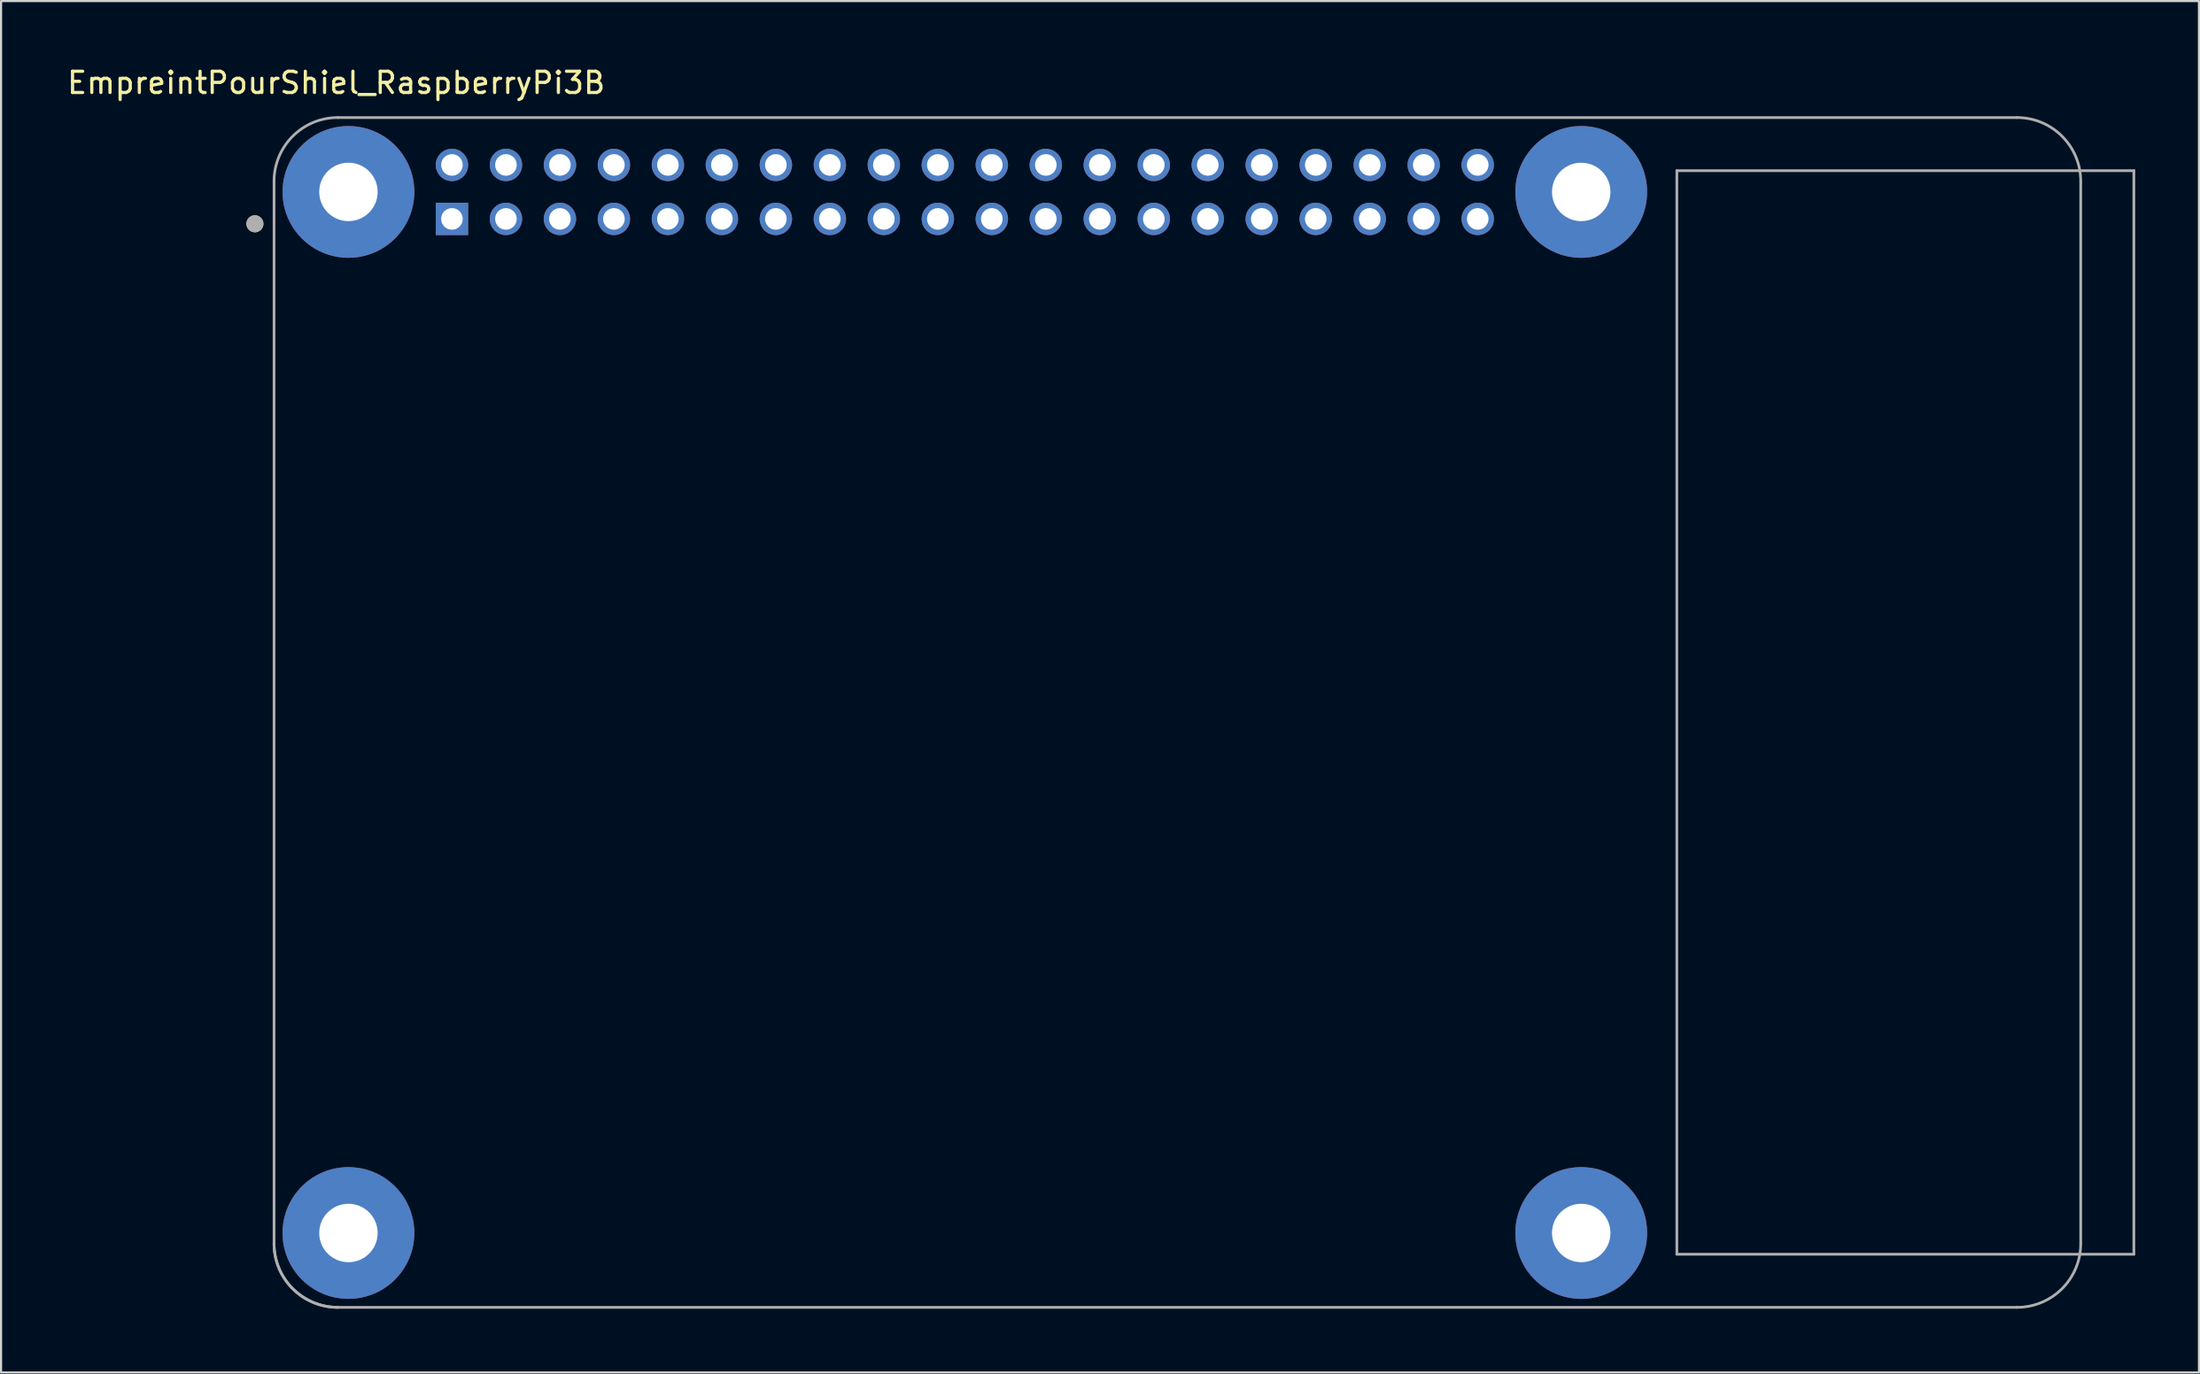
<source format=kicad_pcb>
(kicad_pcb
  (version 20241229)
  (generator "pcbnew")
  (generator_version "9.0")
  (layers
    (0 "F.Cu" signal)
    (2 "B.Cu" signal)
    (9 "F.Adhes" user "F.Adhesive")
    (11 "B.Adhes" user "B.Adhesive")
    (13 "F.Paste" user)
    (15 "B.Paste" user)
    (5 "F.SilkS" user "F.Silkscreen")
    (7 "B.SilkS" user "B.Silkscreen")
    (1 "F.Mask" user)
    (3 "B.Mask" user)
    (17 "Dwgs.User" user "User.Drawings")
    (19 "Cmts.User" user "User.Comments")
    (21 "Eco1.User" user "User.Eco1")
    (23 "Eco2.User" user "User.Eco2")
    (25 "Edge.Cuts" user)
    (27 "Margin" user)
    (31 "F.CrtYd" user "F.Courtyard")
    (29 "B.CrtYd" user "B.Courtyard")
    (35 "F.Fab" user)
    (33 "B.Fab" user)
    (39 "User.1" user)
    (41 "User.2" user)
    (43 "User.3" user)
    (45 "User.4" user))
  (footprint "EmpreintPourShiel_RaspberryPi3B"
    (layer "F.Cu")
    (at 52.343 30.483)
    (property "Reference" "EmpreintPourShiel_RaspberryPi3B" (at -39.575 -29.635 0) (layer "F.SilkS") (effects (font (size 1 1) (thickness 0.15))))
    (attr through_hole)
    (fp_circle (center -43.4 -23) (end -43.2 -23) (stroke (width 0.4) (type solid)) (fill no) (layer "F.SilkS"))
    (fp_line (start -42.5 -25) (end -42.5 25) (stroke (width 0.127) (type solid)) (layer "Margin"))
    (fp_line (start -39.5 28) (end 39.5 28) (stroke (width 0.127) (type solid)) (layer "Margin"))
    (fp_line (start 39.5 -28) (end -39.5 -28) (stroke (width 0.127) (type solid)) (layer "Margin"))
    (fp_line (start 42.5 25) (end 42.5 -25) (stroke (width 0.127) (type solid)) (layer "Margin"))
    (fp_arc (start -42.5 -25) (mid -41.62132 -27.12132) (end -39.5 -28) (stroke (width 0.127) (type solid)) (layer "Margin"))
    (fp_arc (start -39.5 28) (mid -41.621321 27.121321) (end -42.5 25) (stroke (width 0.127) (type solid)) (layer "Margin"))
    (fp_arc (start 39.5 -28) (mid 41.621321 -27.121321) (end 42.5 -25) (stroke (width 0.127) (type solid)) (layer "Margin"))
    (fp_arc (start 42.5 25) (mid 41.621321 27.121321) (end 39.5 28) (stroke (width 0.127) (type solid)) (layer "Margin"))
    (fp_line (start -42.5 -25) (end -42.5 25) (stroke (width 0.127) (type solid)) (layer "F.Fab"))
    (fp_line (start -39.5 28) (end 39.5 28) (stroke (width 0.127) (type solid)) (layer "F.Fab"))
    (fp_line (start 23.5 -25.5) (end 23.5 25.5) (stroke (width 0.127) (type solid)) (layer "F.Fab"))
    (fp_line (start 23.5 25.5) (end 45 25.5) (stroke (width 0.127) (type solid)) (layer "F.Fab"))
    (fp_line (start 39.5 -28) (end -39.5 -28) (stroke (width 0.127) (type solid)) (layer "F.Fab"))
    (fp_line (start 42.5 25) (end 42.5 -25) (stroke (width 0.127) (type solid)) (layer "F.Fab"))
    (fp_line (start 45 -25.5) (end 23.5 -25.5) (stroke (width 0.127) (type solid)) (layer "F.Fab"))
    (fp_line (start 45 25.5) (end 45 -25.5) (stroke (width 0.127) (type solid)) (layer "F.Fab"))
    (fp_arc (start -42.5 -25) (mid -41.62132 -27.12132) (end -39.5 -28) (stroke (width 0.127) (type solid)) (layer "F.Fab"))
    (fp_arc (start -39.5 28) (mid -41.62132 27.12132) (end -42.5 25) (stroke (width 0.127) (type solid)) (layer "F.Fab"))
    (fp_arc (start -39.5 28) (mid -41.62132 27.12132) (end -42.5 25) (stroke (width 0.127) (type solid)) (layer "F.Fab"))
    (fp_arc (start 39.5 -28) (mid 41.62132 -27.12132) (end 42.5 -25) (stroke (width 0.127) (type solid)) (layer "F.Fab"))
    (fp_arc (start 42.5 25) (mid 41.62132 27.12132) (end 39.5 28) (stroke (width 0.127) (type solid)) (layer "F.Fab"))
    (fp_circle (center -43.4 -23) (end -43.2 -23) (stroke (width 0.4) (type solid)) (fill no) (layer "F.Fab"))
    (pad "1" thru_hole rect (at -34.13 -23.23) (size 1.524 1.524) (drill 1.016) (layers "*.Cu" "*.Mask"))
    (pad "2" thru_hole circle (at -34.13 -25.77) (size 1.524 1.524) (drill 1.016) (layers "*.Cu" "*.Mask"))
    (pad "3" thru_hole circle (at -31.59 -23.23) (size 1.524 1.524) (drill 1.016) (layers "*.Cu" "*.Mask"))
    (pad "4" thru_hole circle (at -31.59 -25.77) (size 1.524 1.524) (drill 1.016) (layers "*.Cu" "*.Mask"))
    (pad "5" thru_hole circle (at -29.05 -23.23) (size 1.524 1.524) (drill 1.016) (layers "*.Cu" "*.Mask"))
    (pad "6" thru_hole circle (at -29.05 -25.77) (size 1.524 1.524) (drill 1.016) (layers "*.Cu" "*.Mask"))
    (pad "7" thru_hole circle (at -26.51 -23.23) (size 1.524 1.524) (drill 1.016) (layers "*.Cu" "*.Mask"))
    (pad "8" thru_hole circle (at -26.51 -25.77) (size 1.524 1.524) (drill 1.016) (layers "*.Cu" "*.Mask"))
    (pad "9" thru_hole circle (at -23.97 -23.23) (size 1.524 1.524) (drill 1.016) (layers "*.Cu" "*.Mask"))
    (pad "10" thru_hole circle (at -23.97 -25.77) (size 1.524 1.524) (drill 1.016) (layers "*.Cu" "*.Mask"))
    (pad "11" thru_hole circle (at -21.43 -23.23) (size 1.524 1.524) (drill 1.016) (layers "*.Cu" "*.Mask"))
    (pad "12" thru_hole circle (at -21.43 -25.77) (size 1.524 1.524) (drill 1.016) (layers "*.Cu" "*.Mask"))
    (pad "13" thru_hole circle (at -18.89 -23.23) (size 1.524 1.524) (drill 1.016) (layers "*.Cu" "*.Mask"))
    (pad "14" thru_hole circle (at -18.89 -25.77) (size 1.524 1.524) (drill 1.016) (layers "*.Cu" "*.Mask"))
    (pad "15" thru_hole circle (at -16.35 -23.23) (size 1.524 1.524) (drill 1.016) (layers "*.Cu" "*.Mask"))
    (pad "16" thru_hole circle (at -16.35 -25.77) (size 1.524 1.524) (drill 1.016) (layers "*.Cu" "*.Mask"))
    (pad "17" thru_hole circle (at -13.81 -23.23) (size 1.524 1.524) (drill 1.016) (layers "*.Cu" "*.Mask"))
    (pad "18" thru_hole circle (at -13.81 -25.77) (size 1.524 1.524) (drill 1.016) (layers "*.Cu" "*.Mask"))
    (pad "19" thru_hole circle (at -11.27 -23.23) (size 1.524 1.524) (drill 1.016) (layers "*.Cu" "*.Mask"))
    (pad "20" thru_hole circle (at -11.27 -25.77) (size 1.524 1.524) (drill 1.016) (layers "*.Cu" "*.Mask"))
    (pad "21" thru_hole circle (at -8.73 -23.23) (size 1.524 1.524) (drill 1.016) (layers "*.Cu" "*.Mask"))
    (pad "22" thru_hole circle (at -8.73 -25.77) (size 1.524 1.524) (drill 1.016) (layers "*.Cu" "*.Mask"))
    (pad "23" thru_hole circle (at -6.19 -23.23) (size 1.524 1.524) (drill 1.016) (layers "*.Cu" "*.Mask"))
    (pad "24" thru_hole circle (at -6.19 -25.77) (size 1.524 1.524) (drill 1.016) (layers "*.Cu" "*.Mask"))
    (pad "25" thru_hole circle (at -3.65 -23.23) (size 1.524 1.524) (drill 1.016) (layers "*.Cu" "*.Mask"))
    (pad "26" thru_hole circle (at -3.65 -25.77) (size 1.524 1.524) (drill 1.016) (layers "*.Cu" "*.Mask"))
    (pad "27" thru_hole circle (at -1.11 -23.23) (size 1.524 1.524) (drill 1.016) (layers "*.Cu" "*.Mask"))
    (pad "28" thru_hole circle (at -1.11 -25.77) (size 1.524 1.524) (drill 1.016) (layers "*.Cu" "*.Mask"))
    (pad "29" thru_hole circle (at 1.43 -23.23) (size 1.524 1.524) (drill 1.016) (layers "*.Cu" "*.Mask"))
    (pad "30" thru_hole circle (at 1.43 -25.77) (size 1.524 1.524) (drill 1.016) (layers "*.Cu" "*.Mask"))
    (pad "31" thru_hole circle (at 3.97 -23.23) (size 1.524 1.524) (drill 1.016) (layers "*.Cu" "*.Mask"))
    (pad "32" thru_hole circle (at 3.97 -25.77) (size 1.524 1.524) (drill 1.016) (layers "*.Cu" "*.Mask"))
    (pad "33" thru_hole circle (at 6.51 -23.23) (size 1.524 1.524) (drill 1.016) (layers "*.Cu" "*.Mask"))
    (pad "34" thru_hole circle (at 6.51 -25.77) (size 1.524 1.524) (drill 1.016) (layers "*.Cu" "*.Mask"))
    (pad "35" thru_hole circle (at 9.05 -23.23) (size 1.524 1.524) (drill 1.016) (layers "*.Cu" "*.Mask"))
    (pad "36" thru_hole circle (at 9.05 -25.77) (size 1.524 1.524) (drill 1.016) (layers "*.Cu" "*.Mask"))
    (pad "37" thru_hole circle (at 11.59 -23.23) (size 1.524 1.524) (drill 1.016) (layers "*.Cu" "*.Mask"))
    (pad "38" thru_hole circle (at 11.59 -25.77) (size 1.524 1.524) (drill 1.016) (layers "*.Cu" "*.Mask"))
    (pad "39" thru_hole circle (at 14.13 -23.23) (size 1.524 1.524) (drill 1.016) (layers "*.Cu" "*.Mask"))
    (pad "40" thru_hole circle (at 14.13 -25.77) (size 1.524 1.524) (drill 1.016) (layers "*.Cu" "*.Mask"))
    (pad "S1" thru_hole circle (at -39 -24.5) (size 6.2 6.2) (drill 2.75) (layers "*.Cu" "*.Mask"))
    (pad "S2" thru_hole circle (at 19 -24.5) (size 6.2 6.2) (drill 2.75) (layers "*.Cu" "*.Mask"))
    (pad "S3" thru_hole circle (at 19 24.5) (size 6.2 6.2) (drill 2.75) (layers "*.Cu" "*.Mask"))
    (pad "S4" thru_hole circle (at -39 24.5) (size 6.2 6.2) (drill 2.75) (layers "*.Cu" "*.Mask")))
  (gr_rect
    (start -3 -3)
    (end 100.406 61.547)
    (stroke (width 0.1) (type default))
    (fill no)
    (layer "Edge.Cuts")))
</source>
